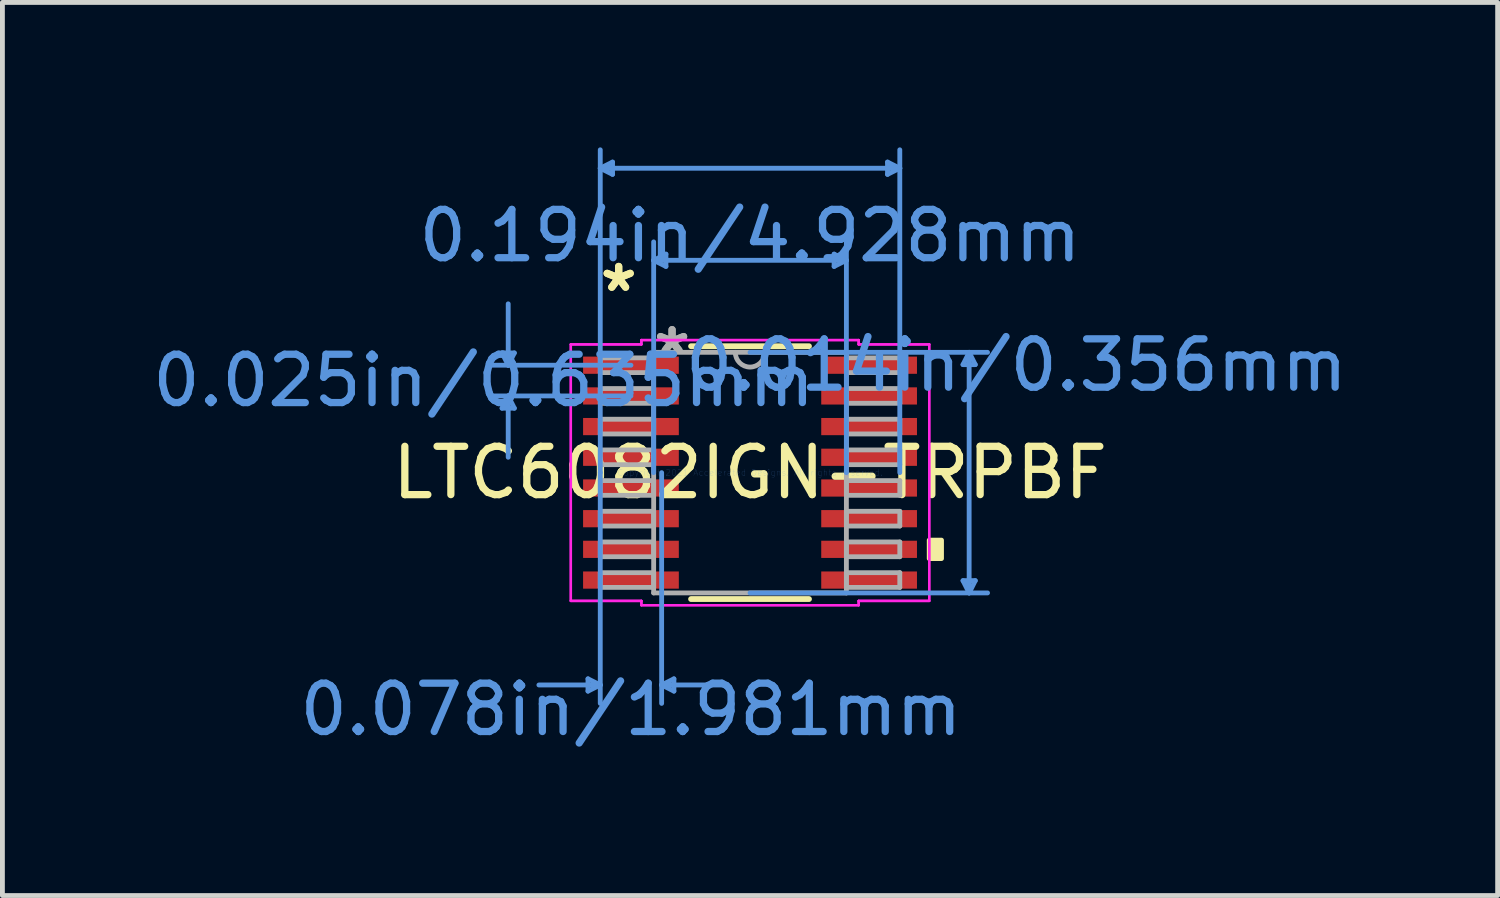
<source format=kicad_pcb>
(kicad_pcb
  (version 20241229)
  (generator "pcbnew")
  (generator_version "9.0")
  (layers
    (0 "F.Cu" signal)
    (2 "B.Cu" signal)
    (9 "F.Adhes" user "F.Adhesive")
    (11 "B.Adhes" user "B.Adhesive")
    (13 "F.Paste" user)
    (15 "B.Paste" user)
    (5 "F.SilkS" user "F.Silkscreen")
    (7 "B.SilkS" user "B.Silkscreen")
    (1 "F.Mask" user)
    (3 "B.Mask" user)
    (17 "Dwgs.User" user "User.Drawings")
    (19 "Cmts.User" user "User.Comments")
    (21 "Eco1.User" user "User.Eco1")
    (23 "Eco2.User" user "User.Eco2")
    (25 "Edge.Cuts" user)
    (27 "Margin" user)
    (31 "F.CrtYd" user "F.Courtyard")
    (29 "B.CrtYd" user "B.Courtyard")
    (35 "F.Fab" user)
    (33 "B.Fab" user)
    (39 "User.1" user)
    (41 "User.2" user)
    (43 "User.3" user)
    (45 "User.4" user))
  (footprint "LTC6082IGN-TRPBF"
    (layer "F.Cu")
    (at 12.47 6.73)
    (property "Reference" "LTC6082IGN-TRPBF" (at 0 0 0) (layer "F.SilkS") (effects (font (size 1 1) (thickness 0.15))))
    (attr through_hole)
    (fp_line (start -1.22 2.616) (end 1.22 2.616) (stroke (width 0.12) (type solid)) (layer "F.SilkS"))
    (fp_line (start 1.22 -2.616) (end -1.22 -2.616) (stroke (width 0.12) (type solid)) (layer "F.SilkS"))
    (fp_poly (pts (xy 3.962 1.397) (xy 3.962 1.778) (xy 3.708 1.778) (xy 3.708 1.397)) (stroke (width 0.1) (type solid)) (fill yes) (layer "F.SilkS"))
    (fp_line (start -5.131 -2.477) (end -4.877 -2.477) (stroke (width 0.1) (type solid)) (layer "Cmts.User"))
    (fp_line (start -5.131 -1.333) (end -4.877 -1.333) (stroke (width 0.1) (type solid)) (layer "Cmts.User"))
    (fp_line (start -5.004 -2.223) (end -5.131 -2.477) (stroke (width 0.1) (type solid)) (layer "Cmts.User"))
    (fp_line (start -5.004 -2.223) (end -5.004 -3.493) (stroke (width 0.1) (type solid)) (layer "Cmts.User"))
    (fp_line (start -5.004 -2.223) (end -4.877 -2.477) (stroke (width 0.1) (type solid)) (layer "Cmts.User"))
    (fp_line (start -5.004 -1.587) (end -5.131 -1.333) (stroke (width 0.1) (type solid)) (layer "Cmts.User"))
    (fp_line (start -5.004 -1.587) (end -5.004 -0.318) (stroke (width 0.1) (type solid)) (layer "Cmts.User"))
    (fp_line (start -5.004 -1.587) (end -4.877 -1.333) (stroke (width 0.1) (type solid)) (layer "Cmts.User"))
    (fp_line (start -3.353 4.267) (end -3.353 4.521) (stroke (width 0.1) (type solid)) (layer "Cmts.User"))
    (fp_line (start -3.099 -6.299) (end -2.845 -6.426) (stroke (width 0.1) (type solid)) (layer "Cmts.User"))
    (fp_line (start -3.099 -6.299) (end -2.845 -6.172) (stroke (width 0.1) (type solid)) (layer "Cmts.User"))
    (fp_line (start -3.099 -6.299) (end 3.099 -6.299) (stroke (width 0.1) (type solid)) (layer "Cmts.User"))
    (fp_line (start -3.099 0) (end -3.099 -6.68) (stroke (width 0.1) (type solid)) (layer "Cmts.User"))
    (fp_line (start -3.099 0) (end -3.099 4.775) (stroke (width 0.1) (type solid)) (layer "Cmts.User"))
    (fp_line (start -3.099 4.394) (end -4.369 4.394) (stroke (width 0.1) (type solid)) (layer "Cmts.User"))
    (fp_line (start -3.099 4.394) (end -3.353 4.267) (stroke (width 0.1) (type solid)) (layer "Cmts.User"))
    (fp_line (start -3.099 4.394) (end -3.353 4.521) (stroke (width 0.1) (type solid)) (layer "Cmts.User"))
    (fp_line (start -2.845 -6.426) (end -2.845 -6.172) (stroke (width 0.1) (type solid)) (layer "Cmts.User"))
    (fp_line (start -2.464 -2.223) (end -5.385 -2.223) (stroke (width 0.1) (type solid)) (layer "Cmts.User"))
    (fp_line (start -2.464 -1.587) (end -5.385 -1.587) (stroke (width 0.1) (type solid)) (layer "Cmts.User"))
    (fp_line (start -1.994 -4.394) (end -1.74 -4.521) (stroke (width 0.1) (type solid)) (layer "Cmts.User"))
    (fp_line (start -1.994 -4.394) (end -1.74 -4.267) (stroke (width 0.1) (type solid)) (layer "Cmts.User"))
    (fp_line (start -1.994 -4.394) (end 1.994 -4.394) (stroke (width 0.1) (type solid)) (layer "Cmts.User"))
    (fp_line (start -1.994 0) (end -1.994 -4.775) (stroke (width 0.1) (type solid)) (layer "Cmts.User"))
    (fp_line (start -1.829 0) (end -1.829 4.775) (stroke (width 0.1) (type solid)) (layer "Cmts.User"))
    (fp_line (start -1.829 4.394) (end -1.575 4.267) (stroke (width 0.1) (type solid)) (layer "Cmts.User"))
    (fp_line (start -1.829 4.394) (end -1.575 4.521) (stroke (width 0.1) (type solid)) (layer "Cmts.User"))
    (fp_line (start -1.829 4.394) (end -0.559 4.394) (stroke (width 0.1) (type solid)) (layer "Cmts.User"))
    (fp_line (start -1.74 -4.521) (end -1.74 -4.267) (stroke (width 0.1) (type solid)) (layer "Cmts.User"))
    (fp_line (start -1.575 4.267) (end -1.575 4.521) (stroke (width 0.1) (type solid)) (layer "Cmts.User"))
    (fp_line (start 0 -2.489) (end 4.915 -2.489) (stroke (width 0.1) (type solid)) (layer "Cmts.User"))
    (fp_line (start 0 2.489) (end 4.915 2.489) (stroke (width 0.1) (type solid)) (layer "Cmts.User"))
    (fp_line (start 1.74 -4.521) (end 1.74 -4.267) (stroke (width 0.1) (type solid)) (layer "Cmts.User"))
    (fp_line (start 1.994 -4.394) (end 1.74 -4.521) (stroke (width 0.1) (type solid)) (layer "Cmts.User"))
    (fp_line (start 1.994 -4.394) (end 1.74 -4.267) (stroke (width 0.1) (type solid)) (layer "Cmts.User"))
    (fp_line (start 1.994 0) (end 1.994 -4.775) (stroke (width 0.1) (type solid)) (layer "Cmts.User"))
    (fp_line (start 2.845 -6.426) (end 2.845 -6.172) (stroke (width 0.1) (type solid)) (layer "Cmts.User"))
    (fp_line (start 3.099 -6.299) (end 2.845 -6.426) (stroke (width 0.1) (type solid)) (layer "Cmts.User"))
    (fp_line (start 3.099 -6.299) (end 2.845 -6.172) (stroke (width 0.1) (type solid)) (layer "Cmts.User"))
    (fp_line (start 3.099 0) (end 3.099 -6.68) (stroke (width 0.1) (type solid)) (layer "Cmts.User"))
    (fp_line (start 4.407 -2.235) (end 4.661 -2.235) (stroke (width 0.1) (type solid)) (layer "Cmts.User"))
    (fp_line (start 4.407 2.235) (end 4.661 2.235) (stroke (width 0.1) (type solid)) (layer "Cmts.User"))
    (fp_line (start 4.534 -2.489) (end 4.407 -2.235) (stroke (width 0.1) (type solid)) (layer "Cmts.User"))
    (fp_line (start 4.534 -2.489) (end 4.534 2.489) (stroke (width 0.1) (type solid)) (layer "Cmts.User"))
    (fp_line (start 4.534 -2.489) (end 4.661 -2.235) (stroke (width 0.1) (type solid)) (layer "Cmts.User"))
    (fp_line (start 4.534 2.489) (end 4.407 2.235) (stroke (width 0.1) (type solid)) (layer "Cmts.User"))
    (fp_line (start 4.534 2.489) (end 4.661 2.235) (stroke (width 0.1) (type solid)) (layer "Cmts.User"))
    (fp_line (start -3.708 -2.654) (end -2.248 -2.654) (stroke (width 0.05) (type solid)) (layer "F.CrtYd"))
    (fp_line (start -3.708 -2.654) (end -2.248 -2.654) (stroke (width 0.05) (type solid)) (layer "F.CrtYd"))
    (fp_line (start -3.708 2.654) (end -3.708 -2.654) (stroke (width 0.05) (type solid)) (layer "F.CrtYd"))
    (fp_line (start -3.708 2.654) (end -3.708 -2.654) (stroke (width 0.05) (type solid)) (layer "F.CrtYd"))
    (fp_line (start -3.708 2.654) (end -2.248 2.654) (stroke (width 0.05) (type solid)) (layer "F.CrtYd"))
    (fp_line (start -2.248 -2.743) (end 2.248 -2.743) (stroke (width 0.05) (type solid)) (layer "F.CrtYd"))
    (fp_line (start -2.248 -2.743) (end 2.248 -2.743) (stroke (width 0.05) (type solid)) (layer "F.CrtYd"))
    (fp_line (start -2.248 -2.654) (end -2.248 -2.743) (stroke (width 0.05) (type solid)) (layer "F.CrtYd"))
    (fp_line (start -2.248 -2.654) (end -2.248 -2.743) (stroke (width 0.05) (type solid)) (layer "F.CrtYd"))
    (fp_line (start -2.248 2.654) (end -3.708 2.654) (stroke (width 0.05) (type solid)) (layer "F.CrtYd"))
    (fp_line (start -2.248 2.743) (end -2.248 2.654) (stroke (width 0.05) (type solid)) (layer "F.CrtYd"))
    (fp_line (start -2.248 2.743) (end -2.248 2.654) (stroke (width 0.05) (type solid)) (layer "F.CrtYd"))
    (fp_line (start 2.248 -2.743) (end 2.248 -2.654) (stroke (width 0.05) (type solid)) (layer "F.CrtYd"))
    (fp_line (start 2.248 -2.743) (end 2.248 -2.654) (stroke (width 0.05) (type solid)) (layer "F.CrtYd"))
    (fp_line (start 2.248 -2.654) (end 3.708 -2.654) (stroke (width 0.05) (type solid)) (layer "F.CrtYd"))
    (fp_line (start 2.248 2.654) (end 2.248 2.743) (stroke (width 0.05) (type solid)) (layer "F.CrtYd"))
    (fp_line (start 2.248 2.654) (end 2.248 2.743) (stroke (width 0.05) (type solid)) (layer "F.CrtYd"))
    (fp_line (start 2.248 2.743) (end -2.248 2.743) (stroke (width 0.05) (type solid)) (layer "F.CrtYd"))
    (fp_line (start 2.248 2.743) (end -2.248 2.743) (stroke (width 0.05) (type solid)) (layer "F.CrtYd"))
    (fp_line (start 3.708 -2.654) (end 2.248 -2.654) (stroke (width 0.05) (type solid)) (layer "F.CrtYd"))
    (fp_line (start 3.708 -2.654) (end 3.708 2.654) (stroke (width 0.05) (type solid)) (layer "F.CrtYd"))
    (fp_line (start 3.708 -2.654) (end 3.708 2.654) (stroke (width 0.05) (type solid)) (layer "F.CrtYd"))
    (fp_line (start 3.708 2.654) (end 2.248 2.654) (stroke (width 0.05) (type solid)) (layer "F.CrtYd"))
    (fp_line (start 3.708 2.654) (end 2.248 2.654) (stroke (width 0.05) (type solid)) (layer "F.CrtYd"))
    (fp_line (start -3.099 -2.375) (end -3.099 -2.07) (stroke (width 0.1) (type solid)) (layer "F.Fab"))
    (fp_line (start -3.099 -2.07) (end -1.994 -2.07) (stroke (width 0.1) (type solid)) (layer "F.Fab"))
    (fp_line (start -3.099 -1.74) (end -3.099 -1.435) (stroke (width 0.1) (type solid)) (layer "F.Fab"))
    (fp_line (start -3.099 -1.435) (end -1.994 -1.435) (stroke (width 0.1) (type solid)) (layer "F.Fab"))
    (fp_line (start -3.099 -1.105) (end -3.099 -0.8) (stroke (width 0.1) (type solid)) (layer "F.Fab"))
    (fp_line (start -3.099 -0.8) (end -1.994 -0.8) (stroke (width 0.1) (type solid)) (layer "F.Fab"))
    (fp_line (start -3.099 -0.47) (end -3.099 -0.165) (stroke (width 0.1) (type solid)) (layer "F.Fab"))
    (fp_line (start -3.099 -0.165) (end -1.994 -0.165) (stroke (width 0.1) (type solid)) (layer "F.Fab"))
    (fp_line (start -3.099 0.165) (end -3.099 0.47) (stroke (width 0.1) (type solid)) (layer "F.Fab"))
    (fp_line (start -3.099 0.47) (end -1.994 0.47) (stroke (width 0.1) (type solid)) (layer "F.Fab"))
    (fp_line (start -3.099 0.8) (end -3.099 1.105) (stroke (width 0.1) (type solid)) (layer "F.Fab"))
    (fp_line (start -3.099 1.105) (end -1.994 1.105) (stroke (width 0.1) (type solid)) (layer "F.Fab"))
    (fp_line (start -3.099 1.435) (end -3.099 1.74) (stroke (width 0.1) (type solid)) (layer "F.Fab"))
    (fp_line (start -3.099 1.74) (end -1.994 1.74) (stroke (width 0.1) (type solid)) (layer "F.Fab"))
    (fp_line (start -3.099 2.07) (end -3.099 2.375) (stroke (width 0.1) (type solid)) (layer "F.Fab"))
    (fp_line (start -3.099 2.375) (end -1.994 2.375) (stroke (width 0.1) (type solid)) (layer "F.Fab"))
    (fp_line (start -1.994 -2.489) (end -1.994 2.489) (stroke (width 0.1) (type solid)) (layer "F.Fab"))
    (fp_line (start -1.994 -2.375) (end -3.099 -2.375) (stroke (width 0.1) (type solid)) (layer "F.Fab"))
    (fp_line (start -1.994 -2.07) (end -1.994 -2.375) (stroke (width 0.1) (type solid)) (layer "F.Fab"))
    (fp_line (start -1.994 -1.74) (end -3.099 -1.74) (stroke (width 0.1) (type solid)) (layer "F.Fab"))
    (fp_line (start -1.994 -1.435) (end -1.994 -1.74) (stroke (width 0.1) (type solid)) (layer "F.Fab"))
    (fp_line (start -1.994 -1.105) (end -3.099 -1.105) (stroke (width 0.1) (type solid)) (layer "F.Fab"))
    (fp_line (start -1.994 -0.8) (end -1.994 -1.105) (stroke (width 0.1) (type solid)) (layer "F.Fab"))
    (fp_line (start -1.994 -0.47) (end -3.099 -0.47) (stroke (width 0.1) (type solid)) (layer "F.Fab"))
    (fp_line (start -1.994 -0.165) (end -1.994 -0.47) (stroke (width 0.1) (type solid)) (layer "F.Fab"))
    (fp_line (start -1.994 0.165) (end -3.099 0.165) (stroke (width 0.1) (type solid)) (layer "F.Fab"))
    (fp_line (start -1.994 0.47) (end -1.994 0.165) (stroke (width 0.1) (type solid)) (layer "F.Fab"))
    (fp_line (start -1.994 0.8) (end -3.099 0.8) (stroke (width 0.1) (type solid)) (layer "F.Fab"))
    (fp_line (start -1.994 1.105) (end -1.994 0.8) (stroke (width 0.1) (type solid)) (layer "F.Fab"))
    (fp_line (start -1.994 1.435) (end -3.099 1.435) (stroke (width 0.1) (type solid)) (layer "F.Fab"))
    (fp_line (start -1.994 1.74) (end -1.994 1.435) (stroke (width 0.1) (type solid)) (layer "F.Fab"))
    (fp_line (start -1.994 2.07) (end -3.099 2.07) (stroke (width 0.1) (type solid)) (layer "F.Fab"))
    (fp_line (start -1.994 2.375) (end -1.994 2.07) (stroke (width 0.1) (type solid)) (layer "F.Fab"))
    (fp_line (start -1.994 2.489) (end 1.994 2.489) (stroke (width 0.1) (type solid)) (layer "F.Fab"))
    (fp_line (start 1.994 -2.489) (end -1.994 -2.489) (stroke (width 0.1) (type solid)) (layer "F.Fab"))
    (fp_line (start 1.994 -2.375) (end 1.994 -2.07) (stroke (width 0.1) (type solid)) (layer "F.Fab"))
    (fp_line (start 1.994 -2.07) (end 3.099 -2.07) (stroke (width 0.1) (type solid)) (layer "F.Fab"))
    (fp_line (start 1.994 -1.74) (end 1.994 -1.435) (stroke (width 0.1) (type solid)) (layer "F.Fab"))
    (fp_line (start 1.994 -1.435) (end 3.099 -1.435) (stroke (width 0.1) (type solid)) (layer "F.Fab"))
    (fp_line (start 1.994 -1.105) (end 1.994 -0.8) (stroke (width 0.1) (type solid)) (layer "F.Fab"))
    (fp_line (start 1.994 -0.8) (end 3.099 -0.8) (stroke (width 0.1) (type solid)) (layer "F.Fab"))
    (fp_line (start 1.994 -0.47) (end 1.994 -0.165) (stroke (width 0.1) (type solid)) (layer "F.Fab"))
    (fp_line (start 1.994 -0.165) (end 3.099 -0.165) (stroke (width 0.1) (type solid)) (layer "F.Fab"))
    (fp_line (start 1.994 0.165) (end 1.994 0.47) (stroke (width 0.1) (type solid)) (layer "F.Fab"))
    (fp_line (start 1.994 0.47) (end 3.099 0.47) (stroke (width 0.1) (type solid)) (layer "F.Fab"))
    (fp_line (start 1.994 0.8) (end 1.994 1.105) (stroke (width 0.1) (type solid)) (layer "F.Fab"))
    (fp_line (start 1.994 1.105) (end 3.099 1.105) (stroke (width 0.1) (type solid)) (layer "F.Fab"))
    (fp_line (start 1.994 1.435) (end 1.994 1.74) (stroke (width 0.1) (type solid)) (layer "F.Fab"))
    (fp_line (start 1.994 1.74) (end 3.099 1.74) (stroke (width 0.1) (type solid)) (layer "F.Fab"))
    (fp_line (start 1.994 2.07) (end 1.994 2.375) (stroke (width 0.1) (type solid)) (layer "F.Fab"))
    (fp_line (start 1.994 2.375) (end 3.099 2.375) (stroke (width 0.1) (type solid)) (layer "F.Fab"))
    (fp_line (start 1.994 2.489) (end 1.994 -2.489) (stroke (width 0.1) (type solid)) (layer "F.Fab"))
    (fp_line (start 3.099 -2.375) (end 1.994 -2.375) (stroke (width 0.1) (type solid)) (layer "F.Fab"))
    (fp_line (start 3.099 -2.07) (end 3.099 -2.375) (stroke (width 0.1) (type solid)) (layer "F.Fab"))
    (fp_line (start 3.099 -1.74) (end 1.994 -1.74) (stroke (width 0.1) (type solid)) (layer "F.Fab"))
    (fp_line (start 3.099 -1.435) (end 3.099 -1.74) (stroke (width 0.1) (type solid)) (layer "F.Fab"))
    (fp_line (start 3.099 -1.105) (end 1.994 -1.105) (stroke (width 0.1) (type solid)) (layer "F.Fab"))
    (fp_line (start 3.099 -0.8) (end 3.099 -1.105) (stroke (width 0.1) (type solid)) (layer "F.Fab"))
    (fp_line (start 3.099 -0.47) (end 1.994 -0.47) (stroke (width 0.1) (type solid)) (layer "F.Fab"))
    (fp_line (start 3.099 -0.165) (end 3.099 -0.47) (stroke (width 0.1) (type solid)) (layer "F.Fab"))
    (fp_line (start 3.099 0.165) (end 1.994 0.165) (stroke (width 0.1) (type solid)) (layer "F.Fab"))
    (fp_line (start 3.099 0.47) (end 3.099 0.165) (stroke (width 0.1) (type solid)) (layer "F.Fab"))
    (fp_line (start 3.099 0.8) (end 1.994 0.8) (stroke (width 0.1) (type solid)) (layer "F.Fab"))
    (fp_line (start 3.099 1.105) (end 3.099 0.8) (stroke (width 0.1) (type solid)) (layer "F.Fab"))
    (fp_line (start 3.099 1.435) (end 1.994 1.435) (stroke (width 0.1) (type solid)) (layer "F.Fab"))
    (fp_line (start 3.099 1.74) (end 3.099 1.435) (stroke (width 0.1) (type solid)) (layer "F.Fab"))
    (fp_line (start 3.099 2.07) (end 1.994 2.07) (stroke (width 0.1) (type solid)) (layer "F.Fab"))
    (fp_line (start 3.099 2.375) (end 3.099 2.07) (stroke (width 0.1) (type solid)) (layer "F.Fab"))
    (fp_arc (start 0.3048 -2.4892) (mid 0 -2.1844) (end -0.3048 -2.4892) (stroke (width 0.1) (type solid)) (layer "F.Fab"))
    (fp_text user "*" (at -2.718 -3.721 0) (layer "F.SilkS") (effects (font (size 1 1) (thickness 0.15))))
    (fp_text user "*" (at -2.718 -3.721 0) (layer "F.SilkS") (effects (font (size 1 1) (thickness 0.15))))
    (fp_text user "0.078in/1.981mm" (at -2.464 4.902 0) (layer "Cmts.User") (effects (font (size 1 1) (thickness 0.15))))
    (fp_text user "Copyright 2021 Accelerated Designs. All rights reserved." (at 0 0 0) (layer "Cmts.User") (effects (font (size 0.127 0.127) (thickness 0.002))))
    (fp_text user "0.194in/4.928mm" (at 0 -4.902 0) (layer "Cmts.User") (effects (font (size 1 1) (thickness 0.15))))
    (fp_text user "0.025in/0.635mm" (at -5.512 -1.905 0) (layer "Cmts.User") (effects (font (size 1 1) (thickness 0.15))))
    (fp_text user "0.014in/0.356mm" (at 5.512 -2.223 0) (layer "Cmts.User") (effects (font (size 1 1) (thickness 0.15))))
    (fp_text user "*" (at -1.613 -2.413 0) (layer "F.Fab") (effects (font (size 1 1) (thickness 0.15))))
    (fp_text user "*" (at -1.613 -2.413 0) (layer "F.Fab") (effects (font (size 1 1) (thickness 0.15))))
    (pad "1" smd rect (at -2.464 -2.223) (size 1.981 0.356) (layers "F.Cu" "F.Mask" "F.Paste"))
    (pad "2" smd rect (at -2.464 -1.587) (size 1.981 0.356) (layers "F.Cu" "F.Mask" "F.Paste"))
    (pad "3" smd rect (at -2.464 -0.953) (size 1.981 0.356) (layers "F.Cu" "F.Mask" "F.Paste"))
    (pad "4" smd rect (at -2.464 -0.318) (size 1.981 0.356) (layers "F.Cu" "F.Mask" "F.Paste"))
    (pad "5" smd rect (at -2.464 0.318) (size 1.981 0.356) (layers "F.Cu" "F.Mask" "F.Paste"))
    (pad "6" smd rect (at -2.464 0.953) (size 1.981 0.356) (layers "F.Cu" "F.Mask" "F.Paste"))
    (pad "7" smd rect (at -2.464 1.587) (size 1.981 0.356) (layers "F.Cu" "F.Mask" "F.Paste"))
    (pad "8" smd rect (at -2.464 2.223) (size 1.981 0.356) (layers "F.Cu" "F.Mask" "F.Paste"))
    (pad "9" smd rect (at 2.464 2.223) (size 1.981 0.356) (layers "F.Cu" "F.Mask" "F.Paste"))
    (pad "10" smd rect (at 2.464 1.587) (size 1.981 0.356) (layers "F.Cu" "F.Mask" "F.Paste"))
    (pad "11" smd rect (at 2.464 0.953) (size 1.981 0.356) (layers "F.Cu" "F.Mask" "F.Paste"))
    (pad "12" smd rect (at 2.464 0.318) (size 1.981 0.356) (layers "F.Cu" "F.Mask" "F.Paste"))
    (pad "13" smd rect (at 2.464 -0.318) (size 1.981 0.356) (layers "F.Cu" "F.Mask" "F.Paste"))
    (pad "14" smd rect (at 2.464 -0.953) (size 1.981 0.356) (layers "F.Cu" "F.Mask" "F.Paste"))
    (pad "15" smd rect (at 2.464 -1.587) (size 1.981 0.356) (layers "F.Cu" "F.Mask" "F.Paste"))
    (pad "16" smd rect (at 2.464 -2.223) (size 1.981 0.356) (layers "F.Cu" "F.Mask" "F.Paste")))
  (gr_rect
    (start -3 -3)
    (end 27.94 15.481)
    (stroke (width 0.1) (type default))
    (fill no)
    (layer "Edge.Cuts")))
</source>
